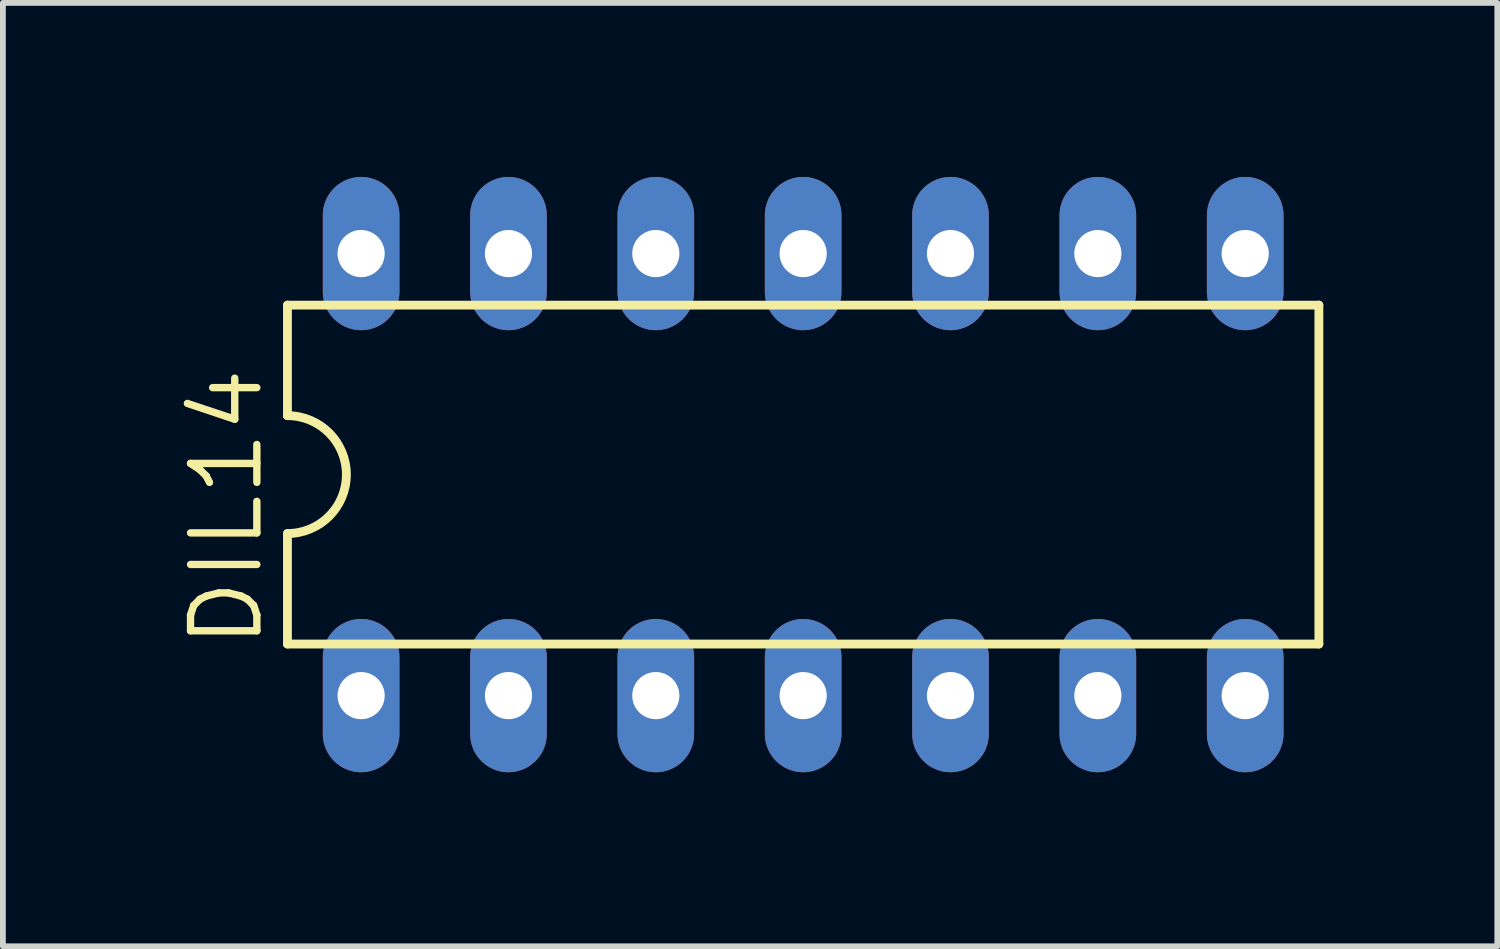
<source format=kicad_pcb>
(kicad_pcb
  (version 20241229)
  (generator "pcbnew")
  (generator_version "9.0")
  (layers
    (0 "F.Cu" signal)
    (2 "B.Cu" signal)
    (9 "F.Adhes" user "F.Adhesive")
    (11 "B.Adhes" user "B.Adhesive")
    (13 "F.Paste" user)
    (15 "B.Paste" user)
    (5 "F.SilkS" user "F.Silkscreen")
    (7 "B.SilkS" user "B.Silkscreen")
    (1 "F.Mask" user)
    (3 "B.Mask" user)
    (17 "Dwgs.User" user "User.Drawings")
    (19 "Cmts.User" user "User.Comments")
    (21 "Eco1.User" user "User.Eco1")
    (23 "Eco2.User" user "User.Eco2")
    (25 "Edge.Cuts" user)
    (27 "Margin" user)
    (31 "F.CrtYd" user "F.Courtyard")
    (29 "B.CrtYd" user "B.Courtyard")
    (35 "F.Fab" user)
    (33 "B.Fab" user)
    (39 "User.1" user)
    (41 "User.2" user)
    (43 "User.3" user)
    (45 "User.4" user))
  (footprint "DIL14"
    (layer "F.Cu")
    (at 10.795 5.131)
    (property "Reference" "DIL14" (at -9.271 3.048 90) (layer "F.SilkS") (effects (font (size 1.143 1.143) (thickness 0.127)) (justify left bottom)))
    (fp_line (start -8.89 -2.921) (end -8.89 -1.016) (stroke (width 0.152) (type solid)) (layer "F.SilkS"))
    (fp_line (start -8.89 2.921) (end -8.89 1.016) (stroke (width 0.152) (type solid)) (layer "F.SilkS"))
    (fp_line (start -8.89 2.921) (end 8.89 2.921) (stroke (width 0.152) (type solid)) (layer "F.SilkS"))
    (fp_line (start 8.89 -2.921) (end -8.89 -2.921) (stroke (width 0.152) (type solid)) (layer "F.SilkS"))
    (fp_line (start 8.89 -2.921) (end 8.89 2.921) (stroke (width 0.152) (type solid)) (layer "F.SilkS"))
    (fp_arc (start -8.89 -1.016) (mid -7.874 0) (end -8.89 1.016) (stroke (width 0.1524) (type solid)) (layer "F.SilkS"))
    (pad "1" thru_hole oval (at -7.62 3.81 90) (size 2.642 1.321) (drill 0.813) (layers "*.Cu" "*.Mask"))
    (pad "2" thru_hole oval (at -5.08 3.81 90) (size 2.642 1.321) (drill 0.813) (layers "*.Cu" "*.Mask"))
    (pad "3" thru_hole oval (at -2.54 3.81 90) (size 2.642 1.321) (drill 0.813) (layers "*.Cu" "*.Mask"))
    (pad "4" thru_hole oval (at 0 3.81 90) (size 2.642 1.321) (drill 0.813) (layers "*.Cu" "*.Mask"))
    (pad "5" thru_hole oval (at 2.54 3.81 90) (size 2.642 1.321) (drill 0.813) (layers "*.Cu" "*.Mask"))
    (pad "6" thru_hole oval (at 5.08 3.81 90) (size 2.642 1.321) (drill 0.813) (layers "*.Cu" "*.Mask"))
    (pad "7" thru_hole oval (at 7.62 3.81 90) (size 2.642 1.321) (drill 0.813) (layers "*.Cu" "*.Mask"))
    (pad "8" thru_hole oval (at 7.62 -3.81 90) (size 2.642 1.321) (drill 0.813) (layers "*.Cu" "*.Mask"))
    (pad "9" thru_hole oval (at 5.08 -3.81 90) (size 2.642 1.321) (drill 0.813) (layers "*.Cu" "*.Mask"))
    (pad "10" thru_hole oval (at 2.54 -3.81 90) (size 2.642 1.321) (drill 0.813) (layers "*.Cu" "*.Mask"))
    (pad "11" thru_hole oval (at 0 -3.81 90) (size 2.642 1.321) (drill 0.813) (layers "*.Cu" "*.Mask"))
    (pad "12" thru_hole oval (at -2.54 -3.81 90) (size 2.642 1.321) (drill 0.813) (layers "*.Cu" "*.Mask"))
    (pad "13" thru_hole oval (at -5.08 -3.81 90) (size 2.642 1.321) (drill 0.813) (layers "*.Cu" "*.Mask"))
    (pad "14" thru_hole oval (at -7.62 -3.81 90) (size 2.642 1.321) (drill 0.813) (layers "*.Cu" "*.Mask")))
  (gr_rect
    (start -3 -3)
    (end 22.761 13.262)
    (stroke (width 0.1) (type default))
    (fill no)
    (layer "Edge.Cuts")))
</source>
